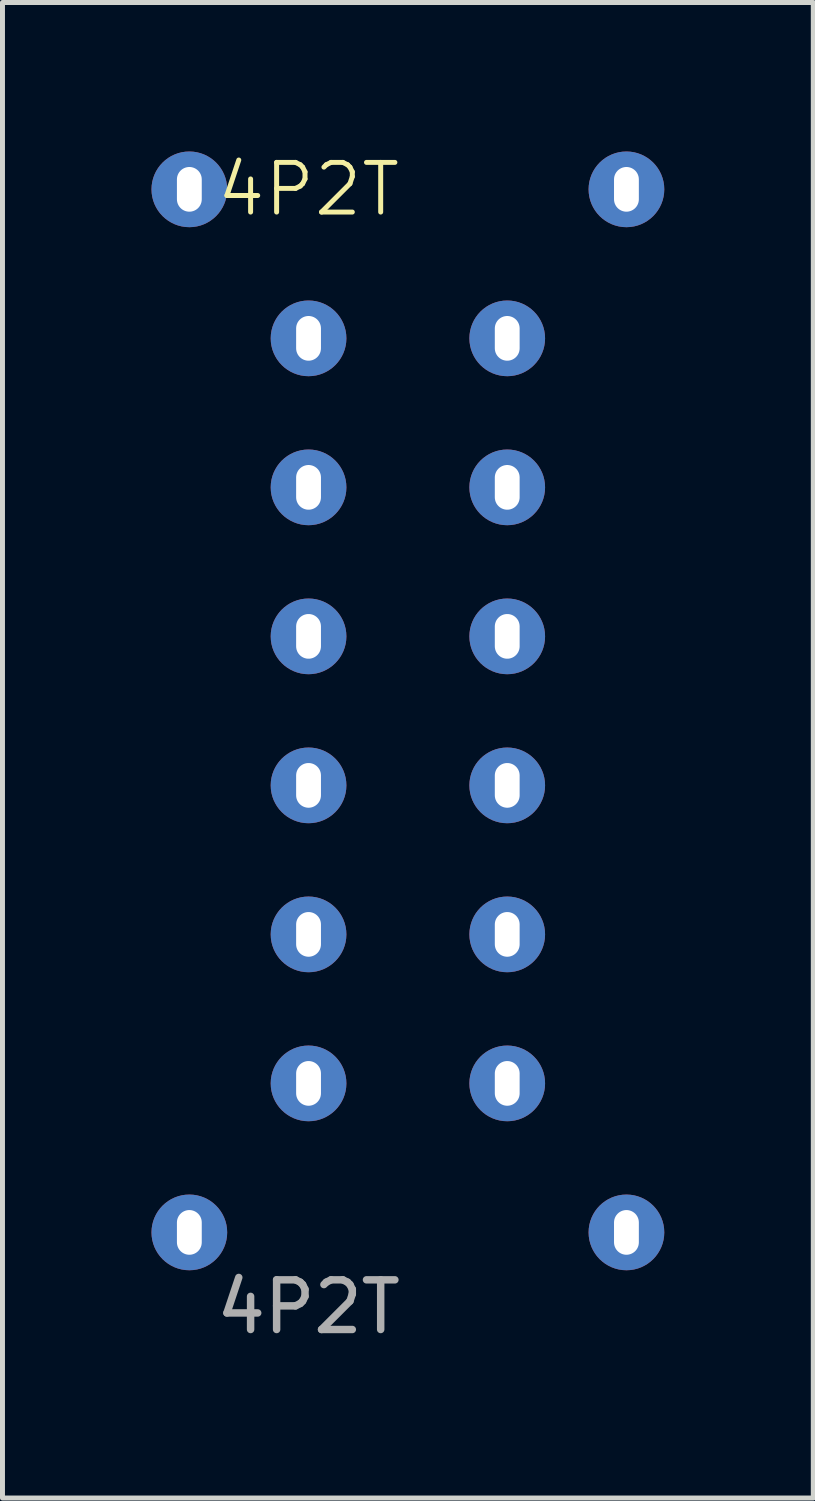
<source format=kicad_pcb>
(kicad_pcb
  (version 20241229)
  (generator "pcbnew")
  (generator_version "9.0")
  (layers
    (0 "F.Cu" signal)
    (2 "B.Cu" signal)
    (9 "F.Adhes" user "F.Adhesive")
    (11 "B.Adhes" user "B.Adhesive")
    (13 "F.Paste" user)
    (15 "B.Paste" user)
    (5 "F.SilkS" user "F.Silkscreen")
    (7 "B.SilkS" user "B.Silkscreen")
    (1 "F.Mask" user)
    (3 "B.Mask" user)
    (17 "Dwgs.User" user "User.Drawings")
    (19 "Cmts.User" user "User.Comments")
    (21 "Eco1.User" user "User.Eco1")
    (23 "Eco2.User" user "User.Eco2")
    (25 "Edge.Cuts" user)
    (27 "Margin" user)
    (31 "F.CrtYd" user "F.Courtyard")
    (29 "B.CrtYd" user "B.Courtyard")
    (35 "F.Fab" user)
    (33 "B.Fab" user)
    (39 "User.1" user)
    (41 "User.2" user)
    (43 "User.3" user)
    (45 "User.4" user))
  (footprint "4P2T"
    (layer "F.Cu")
    (at 3.162 3.762)
    (property "Reference" "4P2T" (at 0 -3 0) (unlocked yes) (layer "F.SilkS") (effects (font (size 1 1) (thickness 0.1))))
    (attr through_hole)
    (fp_text user "${REFERENCE}" (at 0 19.5 0) (unlocked yes) (layer "F.Fab") (effects (font (size 1 1) (thickness 0.15))))
    (pad "1" thru_hole oval (at 0 0) (size 1.524 1.524) (drill oval 0.5 0.9) (layers "*.Cu" "*.Mask"))
    (pad "2" thru_hole circle (at 4 0) (size 1.524 1.524) (drill oval 0.5 0.9) (layers "*.Cu" "*.Mask"))
    (pad "3" thru_hole circle (at 0 3) (size 1.524 1.524) (drill oval 0.5 0.9) (layers "*.Cu" "*.Mask"))
    (pad "4" thru_hole circle (at 4 3) (size 1.524 1.524) (drill oval 0.5 0.9) (layers "*.Cu" "*.Mask"))
    (pad "5" thru_hole circle (at 0 6) (size 1.524 1.524) (drill oval 0.5 0.9) (layers "*.Cu" "*.Mask"))
    (pad "6" thru_hole circle (at 4 6) (size 1.524 1.524) (drill oval 0.5 0.9) (layers "*.Cu" "*.Mask"))
    (pad "7" thru_hole circle (at 0 9) (size 1.524 1.524) (drill oval 0.5 0.9) (layers "*.Cu" "*.Mask"))
    (pad "8" thru_hole circle (at 4 9) (size 1.524 1.524) (drill oval 0.5 0.9) (layers "*.Cu" "*.Mask"))
    (pad "9" thru_hole circle (at 0 12) (size 1.524 1.524) (drill oval 0.5 0.9) (layers "*.Cu" "*.Mask"))
    (pad "10" thru_hole circle (at 4 12) (size 1.524 1.524) (drill oval 0.5 0.9) (layers "*.Cu" "*.Mask"))
    (pad "11" thru_hole circle (at 0 15) (size 1.524 1.524) (drill oval 0.5 0.9) (layers "*.Cu" "*.Mask"))
    (pad "12" thru_hole circle (at 4 15) (size 1.524 1.524) (drill oval 0.5 0.9) (layers "*.Cu" "*.Mask"))
    (pad "GND" thru_hole circle (at -2.4 -3) (size 1.524 1.524) (drill oval 0.5 0.9) (layers "*.Cu" "*.Mask"))
    (pad "GND" thru_hole circle (at -2.4 18) (size 1.524 1.524) (drill oval 0.5 0.9) (layers "*.Cu" "*.Mask"))
    (pad "GND" thru_hole circle (at 6.4 -3) (size 1.524 1.524) (drill oval 0.5 0.9) (layers "*.Cu" "*.Mask"))
    (pad "GND" thru_hole circle (at 6.4 18) (size 1.524 1.524) (drill oval 0.5 0.9) (layers "*.Cu" "*.Mask")))
  (gr_rect
    (start -3 -3)
    (end 13.324 27.11)
    (stroke (width 0.1) (type default))
    (fill no)
    (layer "Edge.Cuts")))
</source>
